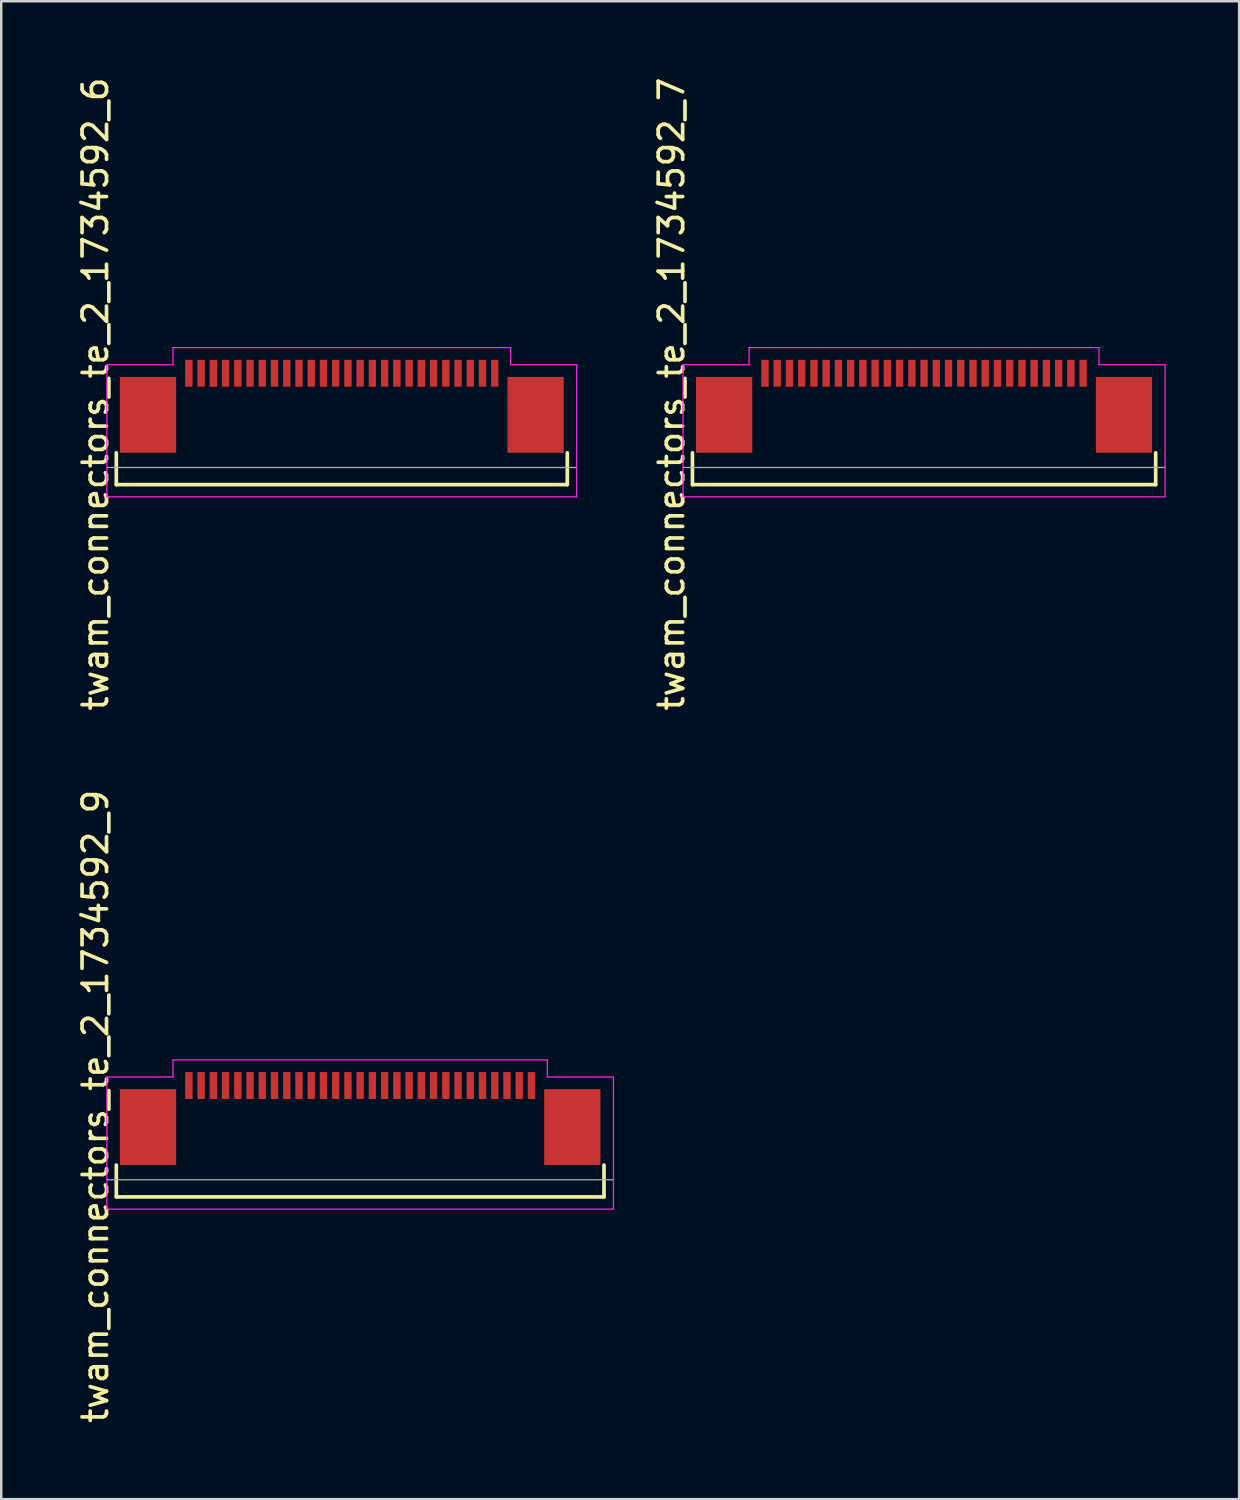
<source format=kicad_pcb>
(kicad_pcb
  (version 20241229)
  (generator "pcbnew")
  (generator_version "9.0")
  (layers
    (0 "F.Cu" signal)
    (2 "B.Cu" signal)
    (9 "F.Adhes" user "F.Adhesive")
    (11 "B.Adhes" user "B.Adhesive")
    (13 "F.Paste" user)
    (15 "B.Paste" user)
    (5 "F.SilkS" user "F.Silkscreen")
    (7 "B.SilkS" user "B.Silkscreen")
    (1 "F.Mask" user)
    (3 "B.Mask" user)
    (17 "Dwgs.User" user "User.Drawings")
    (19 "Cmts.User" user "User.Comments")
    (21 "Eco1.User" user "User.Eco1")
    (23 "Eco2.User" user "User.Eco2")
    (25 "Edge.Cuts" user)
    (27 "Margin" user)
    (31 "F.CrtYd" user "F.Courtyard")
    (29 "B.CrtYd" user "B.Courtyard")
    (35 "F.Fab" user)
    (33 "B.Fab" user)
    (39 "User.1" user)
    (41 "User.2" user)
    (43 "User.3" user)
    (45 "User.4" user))
  (footprint "twam_connectors_te_2_1734592_6"
    (layer "F.Cu")
    (at 10.918 13.054)
    (property "Reference" "twam_connectors_te_2_1734592_6" (at -10.07 0 270) (layer "F.SilkS") (effects (font (size 1 1) (thickness 0.15))))
    (attr smd)
    (fp_line (start -9.215 2.4) (end -9.215 3.7) (stroke (width 0.15) (type solid)) (layer "F.SilkS"))
    (fp_line (start -9.215 3.7) (end 9.215 3.7) (stroke (width 0.15) (type solid)) (layer "F.SilkS"))
    (fp_line (start 9.215 2.4) (end 9.215 3.7) (stroke (width 0.15) (type solid)) (layer "F.SilkS"))
    (fp_line (start -9.6 -1.2) (end -9.6 4.2) (stroke (width 0.05) (type solid)) (layer "F.CrtYd"))
    (fp_line (start -9.6 -1.2) (end -6.9 -1.2) (stroke (width 0.05) (type solid)) (layer "F.CrtYd"))
    (fp_line (start -9.6 4.2) (end 9.6 4.2) (stroke (width 0.05) (type solid)) (layer "F.CrtYd"))
    (fp_line (start -6.9 -1.9) (end -6.9 -1.2) (stroke (width 0.05) (type solid)) (layer "F.CrtYd"))
    (fp_line (start -6.9 -1.9) (end 6.9 -1.9) (stroke (width 0.05) (type solid)) (layer "F.CrtYd"))
    (fp_line (start 6.9 -1.9) (end 6.9 -1.2) (stroke (width 0.05) (type solid)) (layer "F.CrtYd"))
    (fp_line (start 6.9 -1.2) (end 9.6 -1.2) (stroke (width 0.05) (type solid)) (layer "F.CrtYd"))
    (fp_line (start 9.6 -1.2) (end 9.6 4.2) (stroke (width 0.05) (type solid)) (layer "F.CrtYd"))
    (fp_line (start -9.6 3) (end 9.6 3) (stroke (width 0.05) (type solid)) (layer "F.Fab"))
    (pad "1" smd rect (at -6.25 -0.85) (size 0.3 1.1) (layers "F.Cu" "F.Mask" "F.Paste"))
    (pad "2" smd rect (at -5.75 -0.85) (size 0.3 1.1) (layers "F.Cu" "F.Mask" "F.Paste"))
    (pad "3" smd rect (at -5.25 -0.85) (size 0.3 1.1) (layers "F.Cu" "F.Mask" "F.Paste"))
    (pad "4" smd rect (at -4.75 -0.85) (size 0.3 1.1) (layers "F.Cu" "F.Mask" "F.Paste"))
    (pad "5" smd rect (at -4.25 -0.85) (size 0.3 1.1) (layers "F.Cu" "F.Mask" "F.Paste"))
    (pad "6" smd rect (at -3.75 -0.85) (size 0.3 1.1) (layers "F.Cu" "F.Mask" "F.Paste"))
    (pad "7" smd rect (at -3.25 -0.85) (size 0.3 1.1) (layers "F.Cu" "F.Mask" "F.Paste"))
    (pad "8" smd rect (at -2.75 -0.85) (size 0.3 1.1) (layers "F.Cu" "F.Mask" "F.Paste"))
    (pad "9" smd rect (at -2.25 -0.85) (size 0.3 1.1) (layers "F.Cu" "F.Mask" "F.Paste"))
    (pad "10" smd rect (at -1.75 -0.85) (size 0.3 1.1) (layers "F.Cu" "F.Mask" "F.Paste"))
    (pad "11" smd rect (at -1.25 -0.85) (size 0.3 1.1) (layers "F.Cu" "F.Mask" "F.Paste"))
    (pad "12" smd rect (at -0.75 -0.85) (size 0.3 1.1) (layers "F.Cu" "F.Mask" "F.Paste"))
    (pad "13" smd rect (at -0.25 -0.85) (size 0.3 1.1) (layers "F.Cu" "F.Mask" "F.Paste"))
    (pad "14" smd rect (at 0.25 -0.85) (size 0.3 1.1) (layers "F.Cu" "F.Mask" "F.Paste"))
    (pad "15" smd rect (at 0.75 -0.85) (size 0.3 1.1) (layers "F.Cu" "F.Mask" "F.Paste"))
    (pad "16" smd rect (at 1.25 -0.85) (size 0.3 1.1) (layers "F.Cu" "F.Mask" "F.Paste"))
    (pad "17" smd rect (at 1.75 -0.85) (size 0.3 1.1) (layers "F.Cu" "F.Mask" "F.Paste"))
    (pad "18" smd rect (at 2.25 -0.85) (size 0.3 1.1) (layers "F.Cu" "F.Mask" "F.Paste"))
    (pad "19" smd rect (at 2.75 -0.85) (size 0.3 1.1) (layers "F.Cu" "F.Mask" "F.Paste"))
    (pad "20" smd rect (at 3.25 -0.85) (size 0.3 1.1) (layers "F.Cu" "F.Mask" "F.Paste"))
    (pad "21" smd rect (at 3.75 -0.85) (size 0.3 1.1) (layers "F.Cu" "F.Mask" "F.Paste"))
    (pad "22" smd rect (at 4.25 -0.85) (size 0.3 1.1) (layers "F.Cu" "F.Mask" "F.Paste"))
    (pad "23" smd rect (at 4.75 -0.85) (size 0.3 1.1) (layers "F.Cu" "F.Mask" "F.Paste"))
    (pad "24" smd rect (at 5.25 -0.85) (size 0.3 1.1) (layers "F.Cu" "F.Mask" "F.Paste"))
    (pad "25" smd rect (at 5.75 -0.85) (size 0.3 1.1) (layers "F.Cu" "F.Mask" "F.Paste"))
    (pad "26" smd rect (at 6.25 -0.85) (size 0.3 1.1) (layers "F.Cu" "F.Mask" "F.Paste"))
    (pad "F1" smd rect (at -7.92 0.85) (size 2.3 3.1) (layers "F.Cu" "F.Mask" "F.Paste"))
    (pad "F2" smd rect (at 7.92 0.85) (size 2.3 3.1) (layers "F.Cu" "F.Mask" "F.Paste")))
  (footprint "twam_connectors_te_2_1734592_9"
    (layer "F.Cu")
    (at 11.668 42.161)
    (property "Reference" "twam_connectors_te_2_1734592_9" (at -10.82 0 270) (layer "F.SilkS") (effects (font (size 1 1) (thickness 0.15))))
    (attr smd)
    (fp_line (start -9.965 2.4) (end -9.965 3.7) (stroke (width 0.15) (type solid)) (layer "F.SilkS"))
    (fp_line (start -9.965 3.7) (end 9.965 3.7) (stroke (width 0.15) (type solid)) (layer "F.SilkS"))
    (fp_line (start 9.965 2.4) (end 9.965 3.7) (stroke (width 0.15) (type solid)) (layer "F.SilkS"))
    (fp_line (start -10.35 -1.2) (end -10.35 4.2) (stroke (width 0.05) (type solid)) (layer "F.CrtYd"))
    (fp_line (start -10.35 -1.2) (end -7.65 -1.2) (stroke (width 0.05) (type solid)) (layer "F.CrtYd"))
    (fp_line (start -10.35 4.2) (end 10.35 4.2) (stroke (width 0.05) (type solid)) (layer "F.CrtYd"))
    (fp_line (start -7.65 -1.9) (end -7.65 -1.2) (stroke (width 0.05) (type solid)) (layer "F.CrtYd"))
    (fp_line (start -7.65 -1.9) (end 7.65 -1.9) (stroke (width 0.05) (type solid)) (layer "F.CrtYd"))
    (fp_line (start 7.65 -1.9) (end 7.65 -1.2) (stroke (width 0.05) (type solid)) (layer "F.CrtYd"))
    (fp_line (start 7.65 -1.2) (end 10.35 -1.2) (stroke (width 0.05) (type solid)) (layer "F.CrtYd"))
    (fp_line (start 10.35 -1.2) (end 10.35 4.2) (stroke (width 0.05) (type solid)) (layer "F.CrtYd"))
    (fp_line (start -10.35 3) (end 10.35 3) (stroke (width 0.05) (type solid)) (layer "F.Fab"))
    (pad "1" smd rect (at -7 -0.85) (size 0.3 1.1) (layers "F.Cu" "F.Mask" "F.Paste"))
    (pad "2" smd rect (at -6.5 -0.85) (size 0.3 1.1) (layers "F.Cu" "F.Mask" "F.Paste"))
    (pad "3" smd rect (at -6 -0.85) (size 0.3 1.1) (layers "F.Cu" "F.Mask" "F.Paste"))
    (pad "4" smd rect (at -5.5 -0.85) (size 0.3 1.1) (layers "F.Cu" "F.Mask" "F.Paste"))
    (pad "5" smd rect (at -5 -0.85) (size 0.3 1.1) (layers "F.Cu" "F.Mask" "F.Paste"))
    (pad "6" smd rect (at -4.5 -0.85) (size 0.3 1.1) (layers "F.Cu" "F.Mask" "F.Paste"))
    (pad "7" smd rect (at -4 -0.85) (size 0.3 1.1) (layers "F.Cu" "F.Mask" "F.Paste"))
    (pad "8" smd rect (at -3.5 -0.85) (size 0.3 1.1) (layers "F.Cu" "F.Mask" "F.Paste"))
    (pad "9" smd rect (at -3 -0.85) (size 0.3 1.1) (layers "F.Cu" "F.Mask" "F.Paste"))
    (pad "10" smd rect (at -2.5 -0.85) (size 0.3 1.1) (layers "F.Cu" "F.Mask" "F.Paste"))
    (pad "11" smd rect (at -2 -0.85) (size 0.3 1.1) (layers "F.Cu" "F.Mask" "F.Paste"))
    (pad "12" smd rect (at -1.5 -0.85) (size 0.3 1.1) (layers "F.Cu" "F.Mask" "F.Paste"))
    (pad "13" smd rect (at -1 -0.85) (size 0.3 1.1) (layers "F.Cu" "F.Mask" "F.Paste"))
    (pad "14" smd rect (at -0.5 -0.85) (size 0.3 1.1) (layers "F.Cu" "F.Mask" "F.Paste"))
    (pad "15" smd rect (at 0 -0.85) (size 0.3 1.1) (layers "F.Cu" "F.Mask" "F.Paste"))
    (pad "16" smd rect (at 0.5 -0.85) (size 0.3 1.1) (layers "F.Cu" "F.Mask" "F.Paste"))
    (pad "17" smd rect (at 1 -0.85) (size 0.3 1.1) (layers "F.Cu" "F.Mask" "F.Paste"))
    (pad "18" smd rect (at 1.5 -0.85) (size 0.3 1.1) (layers "F.Cu" "F.Mask" "F.Paste"))
    (pad "19" smd rect (at 2 -0.85) (size 0.3 1.1) (layers "F.Cu" "F.Mask" "F.Paste"))
    (pad "20" smd rect (at 2.5 -0.85) (size 0.3 1.1) (layers "F.Cu" "F.Mask" "F.Paste"))
    (pad "21" smd rect (at 3 -0.85) (size 0.3 1.1) (layers "F.Cu" "F.Mask" "F.Paste"))
    (pad "22" smd rect (at 3.5 -0.85) (size 0.3 1.1) (layers "F.Cu" "F.Mask" "F.Paste"))
    (pad "23" smd rect (at 4 -0.85) (size 0.3 1.1) (layers "F.Cu" "F.Mask" "F.Paste"))
    (pad "24" smd rect (at 4.5 -0.85) (size 0.3 1.1) (layers "F.Cu" "F.Mask" "F.Paste"))
    (pad "25" smd rect (at 5 -0.85) (size 0.3 1.1) (layers "F.Cu" "F.Mask" "F.Paste"))
    (pad "26" smd rect (at 5.5 -0.85) (size 0.3 1.1) (layers "F.Cu" "F.Mask" "F.Paste"))
    (pad "27" smd rect (at 6 -0.85) (size 0.3 1.1) (layers "F.Cu" "F.Mask" "F.Paste"))
    (pad "28" smd rect (at 6.5 -0.85) (size 0.3 1.1) (layers "F.Cu" "F.Mask" "F.Paste"))
    (pad "29" smd rect (at 7 -0.85) (size 0.3 1.1) (layers "F.Cu" "F.Mask" "F.Paste"))
    (pad "F1" smd rect (at -8.67 0.85) (size 2.3 3.1) (layers "F.Cu" "F.Mask" "F.Paste"))
    (pad "F2" smd rect (at 8.67 0.85) (size 2.3 3.1) (layers "F.Cu" "F.Mask" "F.Paste")))
  (footprint "twam_connectors_te_2_1734592_7"
    (layer "F.Cu")
    (at 34.712 13.054)
    (property "Reference" "twam_connectors_te_2_1734592_7" (at -10.32 0 270) (layer "F.SilkS") (effects (font (size 1 1) (thickness 0.15))))
    (attr smd)
    (fp_line (start -9.465 2.4) (end -9.465 3.7) (stroke (width 0.15) (type solid)) (layer "F.SilkS"))
    (fp_line (start -9.465 3.7) (end 9.465 3.7) (stroke (width 0.15) (type solid)) (layer "F.SilkS"))
    (fp_line (start 9.465 2.4) (end 9.465 3.7) (stroke (width 0.15) (type solid)) (layer "F.SilkS"))
    (fp_line (start -9.85 -1.2) (end -9.85 4.2) (stroke (width 0.05) (type solid)) (layer "F.CrtYd"))
    (fp_line (start -9.85 -1.2) (end -7.15 -1.2) (stroke (width 0.05) (type solid)) (layer "F.CrtYd"))
    (fp_line (start -9.85 4.2) (end 9.85 4.2) (stroke (width 0.05) (type solid)) (layer "F.CrtYd"))
    (fp_line (start -7.15 -1.9) (end -7.15 -1.2) (stroke (width 0.05) (type solid)) (layer "F.CrtYd"))
    (fp_line (start -7.15 -1.9) (end 7.15 -1.9) (stroke (width 0.05) (type solid)) (layer "F.CrtYd"))
    (fp_line (start 7.15 -1.9) (end 7.15 -1.2) (stroke (width 0.05) (type solid)) (layer "F.CrtYd"))
    (fp_line (start 7.15 -1.2) (end 9.85 -1.2) (stroke (width 0.05) (type solid)) (layer "F.CrtYd"))
    (fp_line (start 9.85 -1.2) (end 9.85 4.2) (stroke (width 0.05) (type solid)) (layer "F.CrtYd"))
    (fp_line (start -9.85 3) (end 9.85 3) (stroke (width 0.05) (type solid)) (layer "F.Fab"))
    (pad "1" smd rect (at -6.5 -0.85) (size 0.3 1.1) (layers "F.Cu" "F.Mask" "F.Paste"))
    (pad "2" smd rect (at -6 -0.85) (size 0.3 1.1) (layers "F.Cu" "F.Mask" "F.Paste"))
    (pad "3" smd rect (at -5.5 -0.85) (size 0.3 1.1) (layers "F.Cu" "F.Mask" "F.Paste"))
    (pad "4" smd rect (at -5 -0.85) (size 0.3 1.1) (layers "F.Cu" "F.Mask" "F.Paste"))
    (pad "5" smd rect (at -4.5 -0.85) (size 0.3 1.1) (layers "F.Cu" "F.Mask" "F.Paste"))
    (pad "6" smd rect (at -4 -0.85) (size 0.3 1.1) (layers "F.Cu" "F.Mask" "F.Paste"))
    (pad "7" smd rect (at -3.5 -0.85) (size 0.3 1.1) (layers "F.Cu" "F.Mask" "F.Paste"))
    (pad "8" smd rect (at -3 -0.85) (size 0.3 1.1) (layers "F.Cu" "F.Mask" "F.Paste"))
    (pad "9" smd rect (at -2.5 -0.85) (size 0.3 1.1) (layers "F.Cu" "F.Mask" "F.Paste"))
    (pad "10" smd rect (at -2 -0.85) (size 0.3 1.1) (layers "F.Cu" "F.Mask" "F.Paste"))
    (pad "11" smd rect (at -1.5 -0.85) (size 0.3 1.1) (layers "F.Cu" "F.Mask" "F.Paste"))
    (pad "12" smd rect (at -1 -0.85) (size 0.3 1.1) (layers "F.Cu" "F.Mask" "F.Paste"))
    (pad "13" smd rect (at -0.5 -0.85) (size 0.3 1.1) (layers "F.Cu" "F.Mask" "F.Paste"))
    (pad "14" smd rect (at 0 -0.85) (size 0.3 1.1) (layers "F.Cu" "F.Mask" "F.Paste"))
    (pad "15" smd rect (at 0.5 -0.85) (size 0.3 1.1) (layers "F.Cu" "F.Mask" "F.Paste"))
    (pad "16" smd rect (at 1 -0.85) (size 0.3 1.1) (layers "F.Cu" "F.Mask" "F.Paste"))
    (pad "17" smd rect (at 1.5 -0.85) (size 0.3 1.1) (layers "F.Cu" "F.Mask" "F.Paste"))
    (pad "18" smd rect (at 2 -0.85) (size 0.3 1.1) (layers "F.Cu" "F.Mask" "F.Paste"))
    (pad "19" smd rect (at 2.5 -0.85) (size 0.3 1.1) (layers "F.Cu" "F.Mask" "F.Paste"))
    (pad "20" smd rect (at 3 -0.85) (size 0.3 1.1) (layers "F.Cu" "F.Mask" "F.Paste"))
    (pad "21" smd rect (at 3.5 -0.85) (size 0.3 1.1) (layers "F.Cu" "F.Mask" "F.Paste"))
    (pad "22" smd rect (at 4 -0.85) (size 0.3 1.1) (layers "F.Cu" "F.Mask" "F.Paste"))
    (pad "23" smd rect (at 4.5 -0.85) (size 0.3 1.1) (layers "F.Cu" "F.Mask" "F.Paste"))
    (pad "24" smd rect (at 5 -0.85) (size 0.3 1.1) (layers "F.Cu" "F.Mask" "F.Paste"))
    (pad "25" smd rect (at 5.5 -0.85) (size 0.3 1.1) (layers "F.Cu" "F.Mask" "F.Paste"))
    (pad "26" smd rect (at 6 -0.85) (size 0.3 1.1) (layers "F.Cu" "F.Mask" "F.Paste"))
    (pad "27" smd rect (at 6.5 -0.85) (size 0.3 1.1) (layers "F.Cu" "F.Mask" "F.Paste"))
    (pad "F1" smd rect (at -8.17 0.85) (size 2.3 3.1) (layers "F.Cu" "F.Mask" "F.Paste"))
    (pad "F2" smd rect (at 8.17 0.85) (size 2.3 3.1) (layers "F.Cu" "F.Mask" "F.Paste")))
  (gr_rect
    (start -3 -3)
    (end 47.587 58.214)
    (stroke (width 0.1) (type default))
    (fill no)
    (layer "Edge.Cuts")))
</source>
